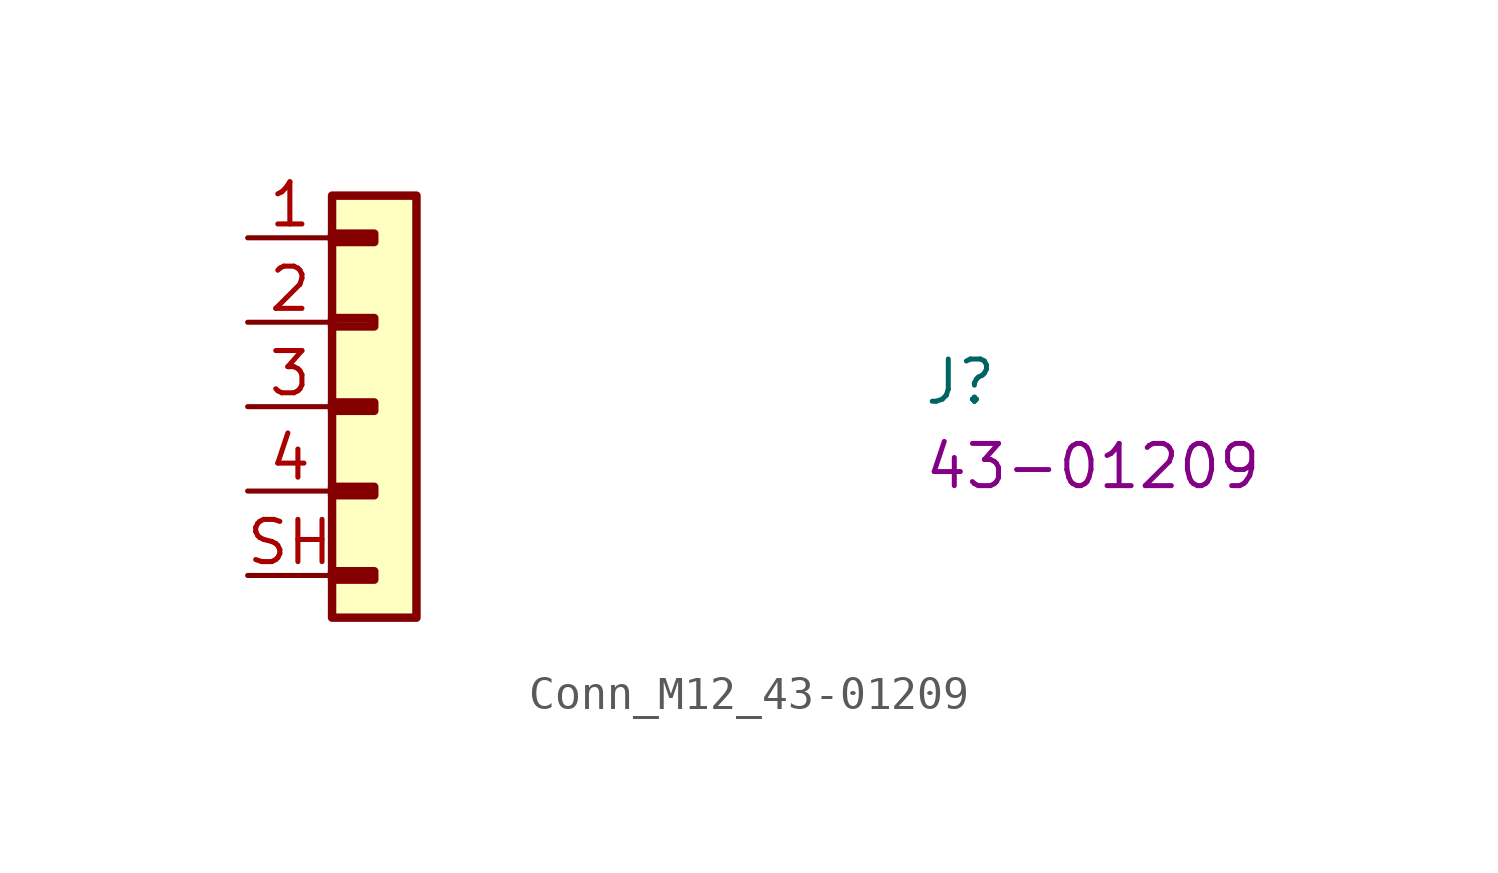
<source format=kicad_sym>
(kicad_symbol_lib
  (version 20220914)
  (generator kicad_symbol_editor)
  (symbol "Conn_M12_43-01209"
    (property "Reference" "J"
      (at 20.32 -5.08 0)
      (effects (font (size 1.27 1.27) (thickness 0.15)) (justify left bottom)))
    (property "MPN" "43-01209"
      (at 20.32 -7.62 0)
      (effects (font (size 1.27 1.27) (thickness 0.15)) (justify left bottom)))
    (symbol "Conn_M12_43-01209_1_1"
      (rectangle (start 2.54 -10.033) (end 3.81 -10.287) (stroke (width 0.254) (type default)) (fill (type background)))
      (rectangle (start 2.54 -7.493) (end 3.81 -7.747) (stroke (width 0.254) (type default)) (fill (type background)))
      (rectangle (start 2.54 -4.953) (end 3.81 -5.207) (stroke (width 0.254) (type default)) (fill (type background)))
      (rectangle (start 2.54 -2.413) (end 3.81 -2.667) (stroke (width 0.254) (type default)) (fill (type background)))
      (rectangle (start 2.54 0.127) (end 3.81 -0.127) (stroke (width 0.254) (type default)) (fill (type background)))
      (rectangle (start 2.54 1.27) (end 5.08 -11.43) (stroke (width 0.254) (type default)) (fill (type background)))
      (pin passive line (at 0 0 0) (length 2.54) (name "~" (effects (font (size 1.27 1.27)))) (number "1" (effects (font (size 1.27 1.27)))))
      (pin passive line (at 0 -2.54 0) (length 2.54) (name "~" (effects (font (size 1.27 1.27)))) (number "2" (effects (font (size 1.27 1.27)))))
      (pin passive line (at 0 -5.08 0) (length 2.54) (name "~" (effects (font (size 1.27 1.27)))) (number "3" (effects (font (size 1.27 1.27)))))
      (pin passive line (at 0 -7.62 0) (length 2.54) (name "~" (effects (font (size 1.27 1.27)))) (number "4" (effects (font (size 1.27 1.27)))))
      (pin passive line (at 0 -10.16 0) (length 2.54) (name "~" (effects (font (size 1.27 1.27)))) (number "SH" (effects (font (size 1.27 1.27))))))))
</source>
